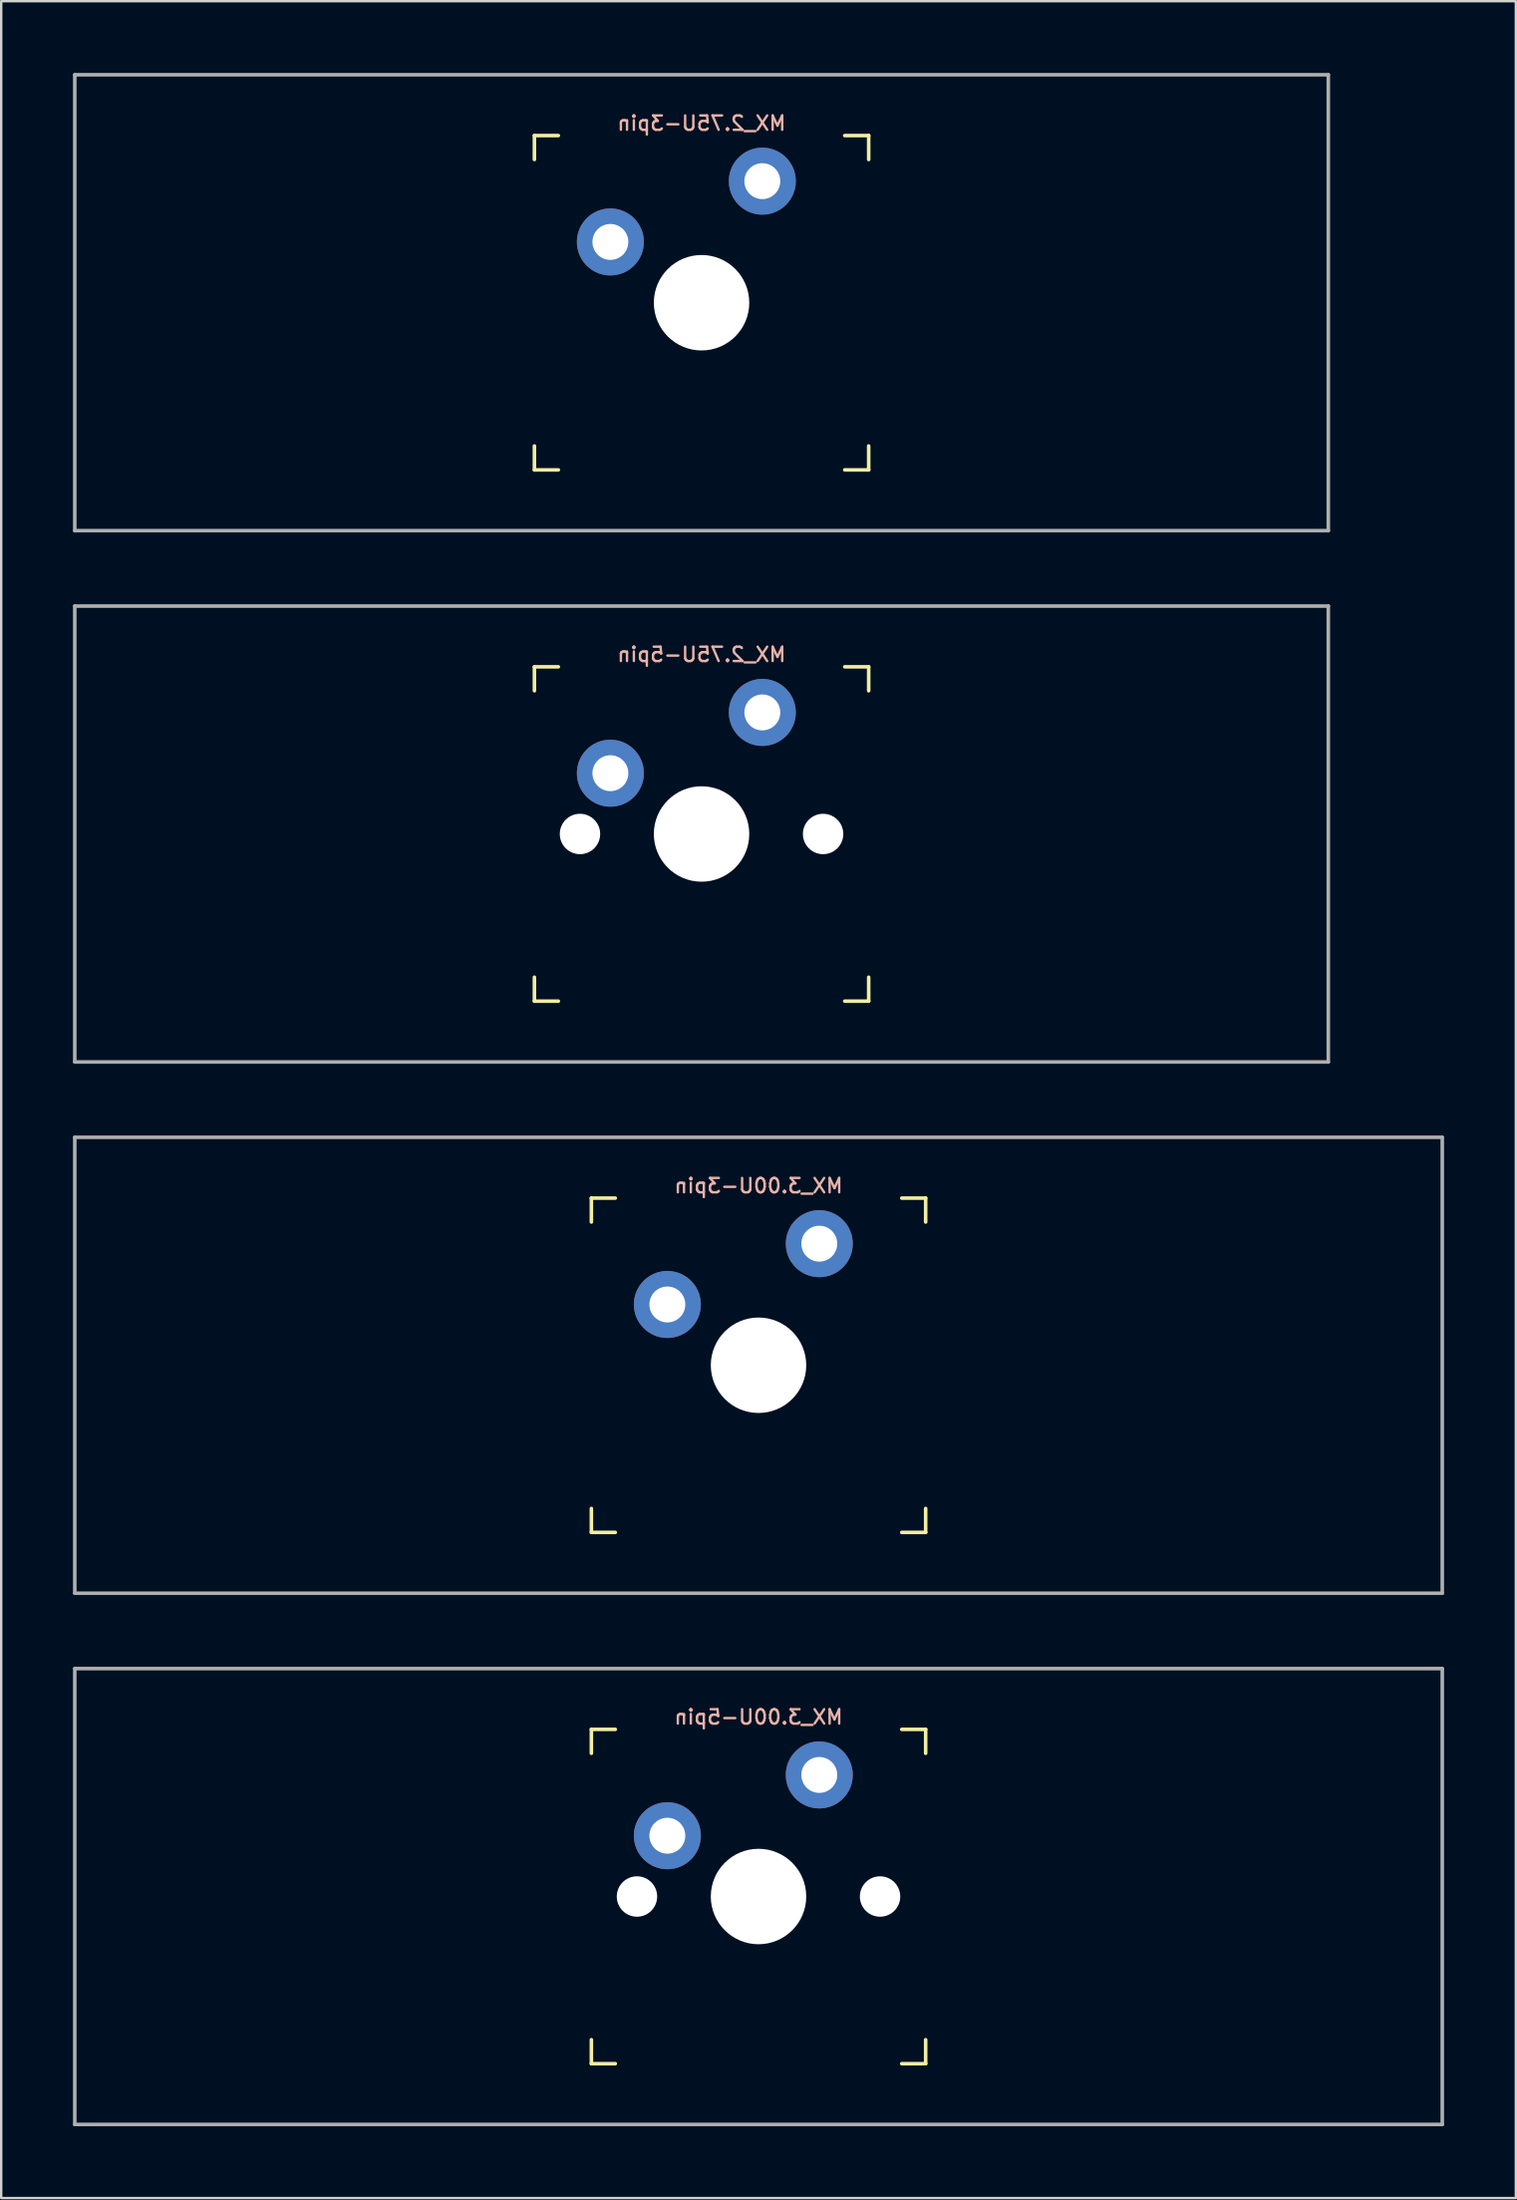
<source format=kicad_pcb>
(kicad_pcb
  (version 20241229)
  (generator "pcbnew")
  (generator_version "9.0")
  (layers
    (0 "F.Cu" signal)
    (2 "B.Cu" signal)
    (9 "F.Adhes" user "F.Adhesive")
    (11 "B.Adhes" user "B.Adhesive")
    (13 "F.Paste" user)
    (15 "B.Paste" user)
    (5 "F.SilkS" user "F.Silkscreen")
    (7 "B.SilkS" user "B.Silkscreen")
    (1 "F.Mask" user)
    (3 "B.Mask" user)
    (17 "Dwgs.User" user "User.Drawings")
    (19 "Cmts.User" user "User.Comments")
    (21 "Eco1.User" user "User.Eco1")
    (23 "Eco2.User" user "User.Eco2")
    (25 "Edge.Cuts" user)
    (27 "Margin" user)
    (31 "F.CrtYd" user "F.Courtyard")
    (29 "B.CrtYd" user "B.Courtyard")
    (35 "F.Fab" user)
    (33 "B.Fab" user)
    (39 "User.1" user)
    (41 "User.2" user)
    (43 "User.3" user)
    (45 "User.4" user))
  (footprint "MX_3.00U-5pin"
    (layer "F.Cu")
    (at 28.65 76.2)
    (property "Reference" "MX_3.00U-5pin" (at 0 -7.5 0) (layer "B.SilkS") (effects (font (size 0.6 0.6) (thickness 0.1)) (justify mirror)))
    (attr smd)
    (fp_line (start -6.985 -5.985) (end -6.985 -6.985) (stroke (width 0.15) (type solid)) (layer "F.SilkS"))
    (fp_line (start -6.985 6.985) (end -6.985 5.985) (stroke (width 0.15) (type solid)) (layer "F.SilkS"))
    (fp_line (start -6.985 6.985) (end -5.985 6.985) (stroke (width 0.15) (type solid)) (layer "F.SilkS"))
    (fp_line (start -5.985 -6.985) (end -6.985 -6.985) (stroke (width 0.15) (type solid)) (layer "F.SilkS"))
    (fp_line (start 5.985 6.985) (end 6.985 6.985) (stroke (width 0.15) (type solid)) (layer "F.SilkS"))
    (fp_line (start 6.985 -6.985) (end 5.985 -6.985) (stroke (width 0.15) (type solid)) (layer "F.SilkS"))
    (fp_line (start 6.985 -6.985) (end 6.985 -5.985) (stroke (width 0.15) (type solid)) (layer "F.SilkS"))
    (fp_line (start 6.985 5.985) (end 6.985 6.985) (stroke (width 0.15) (type solid)) (layer "F.SilkS"))
    (fp_line (start -6.985 6.985) (end -6.985 -6.985) (stroke (width 0.15) (type solid)) (layer "Eco2.User"))
    (fp_line (start -6.985 6.985) (end 6.985 6.985) (stroke (width 0.15) (type solid)) (layer "Eco2.User"))
    (fp_line (start 6.985 -6.985) (end -6.985 -6.985) (stroke (width 0.15) (type solid)) (layer "Eco2.User"))
    (fp_line (start 6.985 -6.985) (end 6.985 6.985) (stroke (width 0.15) (type solid)) (layer "Eco2.User"))
    (fp_line (start -28.575 -9.525) (end 28.575 -9.525) (stroke (width 0.15) (type solid)) (layer "F.Fab"))
    (fp_line (start -28.575 9.525) (end -28.575 -9.525) (stroke (width 0.15) (type solid)) (layer "F.Fab"))
    (fp_line (start 28.575 -9.525) (end 28.575 9.525) (stroke (width 0.15) (type solid)) (layer "F.Fab"))
    (fp_line (start 28.575 9.525) (end -28.575 9.525) (stroke (width 0.15) (type solid)) (layer "F.Fab"))
    (pad "" np_thru_hole circle (at -5.08 0) (size 1.688 1.688) (drill 1.688) (layers "*.Cu" "*.Mask"))
    (pad "" np_thru_hole circle (at 0 0) (size 3.988 3.988) (drill 3.988) (layers "*.Cu" "*.Mask"))
    (pad "" np_thru_hole circle (at 5.08 0) (size 1.688 1.688) (drill 1.688) (layers "*.Cu" "*.Mask"))
    (pad "1" thru_hole circle (at 2.54 -5.08 90) (size 2.8 2.8) (drill 1.5) (layers "*.Cu" "*.Mask"))
    (pad "2" thru_hole circle (at -3.81 -2.54) (size 2.8 2.8) (drill 1.5) (layers "*.Cu" "*.Mask")))
  (footprint "MX_2.75U-5pin"
    (layer "F.Cu")
    (at 26.269 31.8)
    (property "Reference" "MX_2.75U-5pin" (at 0 -7.5 0) (layer "B.SilkS") (effects (font (size 0.6 0.6) (thickness 0.1)) (justify mirror)))
    (attr smd)
    (fp_line (start -6.985 -5.985) (end -6.985 -6.985) (stroke (width 0.15) (type solid)) (layer "F.SilkS"))
    (fp_line (start -6.985 6.985) (end -6.985 5.985) (stroke (width 0.15) (type solid)) (layer "F.SilkS"))
    (fp_line (start -6.985 6.985) (end -5.985 6.985) (stroke (width 0.15) (type solid)) (layer "F.SilkS"))
    (fp_line (start -5.985 -6.985) (end -6.985 -6.985) (stroke (width 0.15) (type solid)) (layer "F.SilkS"))
    (fp_line (start 5.985 6.985) (end 6.985 6.985) (stroke (width 0.15) (type solid)) (layer "F.SilkS"))
    (fp_line (start 6.985 -6.985) (end 5.985 -6.985) (stroke (width 0.15) (type solid)) (layer "F.SilkS"))
    (fp_line (start 6.985 -6.985) (end 6.985 -5.985) (stroke (width 0.15) (type solid)) (layer "F.SilkS"))
    (fp_line (start 6.985 5.985) (end 6.985 6.985) (stroke (width 0.15) (type solid)) (layer "F.SilkS"))
    (fp_line (start -6.985 6.985) (end -6.985 -6.985) (stroke (width 0.15) (type solid)) (layer "Eco2.User"))
    (fp_line (start -6.985 6.985) (end 6.985 6.985) (stroke (width 0.15) (type solid)) (layer "Eco2.User"))
    (fp_line (start 6.985 -6.985) (end -6.985 -6.985) (stroke (width 0.15) (type solid)) (layer "Eco2.User"))
    (fp_line (start 6.985 -6.985) (end 6.985 6.985) (stroke (width 0.15) (type solid)) (layer "Eco2.User"))
    (fp_line (start -26.194 -9.525) (end 26.194 -9.525) (stroke (width 0.15) (type solid)) (layer "F.Fab"))
    (fp_line (start -26.194 9.525) (end -26.194 -9.525) (stroke (width 0.15) (type solid)) (layer "F.Fab"))
    (fp_line (start 26.194 -9.525) (end 26.194 9.525) (stroke (width 0.15) (type solid)) (layer "F.Fab"))
    (fp_line (start 26.194 9.525) (end -26.194 9.525) (stroke (width 0.15) (type solid)) (layer "F.Fab"))
    (pad "" np_thru_hole circle (at -5.08 0) (size 1.688 1.688) (drill 1.688) (layers "*.Cu" "*.Mask"))
    (pad "" np_thru_hole circle (at 0 0) (size 3.988 3.988) (drill 3.988) (layers "*.Cu" "*.Mask"))
    (pad "" np_thru_hole circle (at 5.08 0) (size 1.688 1.688) (drill 1.688) (layers "*.Cu" "*.Mask"))
    (pad "1" thru_hole circle (at 2.54 -5.08 90) (size 2.8 2.8) (drill 1.5) (layers "*.Cu" "*.Mask"))
    (pad "2" thru_hole circle (at -3.81 -2.54) (size 2.8 2.8) (drill 1.5) (layers "*.Cu" "*.Mask")))
  (footprint "MX_3.00U-3pin"
    (layer "F.Cu")
    (at 28.65 54)
    (property "Reference" "MX_3.00U-3pin" (at 0 -7.5 0) (layer "B.SilkS") (effects (font (size 0.6 0.6) (thickness 0.1)) (justify mirror)))
    (attr smd)
    (fp_line (start -6.985 -5.985) (end -6.985 -6.985) (stroke (width 0.15) (type solid)) (layer "F.SilkS"))
    (fp_line (start -6.985 6.985) (end -6.985 5.985) (stroke (width 0.15) (type solid)) (layer "F.SilkS"))
    (fp_line (start -6.985 6.985) (end -5.985 6.985) (stroke (width 0.15) (type solid)) (layer "F.SilkS"))
    (fp_line (start -5.985 -6.985) (end -6.985 -6.985) (stroke (width 0.15) (type solid)) (layer "F.SilkS"))
    (fp_line (start 5.985 6.985) (end 6.985 6.985) (stroke (width 0.15) (type solid)) (layer "F.SilkS"))
    (fp_line (start 6.985 -6.985) (end 5.985 -6.985) (stroke (width 0.15) (type solid)) (layer "F.SilkS"))
    (fp_line (start 6.985 -6.985) (end 6.985 -5.985) (stroke (width 0.15) (type solid)) (layer "F.SilkS"))
    (fp_line (start 6.985 5.985) (end 6.985 6.985) (stroke (width 0.15) (type solid)) (layer "F.SilkS"))
    (fp_line (start -6.985 6.985) (end -6.985 -6.985) (stroke (width 0.15) (type solid)) (layer "Eco2.User"))
    (fp_line (start -6.985 6.985) (end 6.985 6.985) (stroke (width 0.15) (type solid)) (layer "Eco2.User"))
    (fp_line (start 6.985 -6.985) (end -6.985 -6.985) (stroke (width 0.15) (type solid)) (layer "Eco2.User"))
    (fp_line (start 6.985 -6.985) (end 6.985 6.985) (stroke (width 0.15) (type solid)) (layer "Eco2.User"))
    (fp_line (start -28.575 -9.525) (end 28.575 -9.525) (stroke (width 0.15) (type solid)) (layer "F.Fab"))
    (fp_line (start -28.575 9.525) (end -28.575 -9.525) (stroke (width 0.15) (type solid)) (layer "F.Fab"))
    (fp_line (start 28.575 -9.525) (end 28.575 9.525) (stroke (width 0.15) (type solid)) (layer "F.Fab"))
    (fp_line (start 28.575 9.525) (end -28.575 9.525) (stroke (width 0.15) (type solid)) (layer "F.Fab"))
    (pad "" np_thru_hole circle (at 0 0) (size 3.988 3.988) (drill 3.988) (layers "*.Cu" "*.Mask"))
    (pad "1" thru_hole circle (at 2.54 -5.08 90) (size 2.8 2.8) (drill 1.5) (layers "*.Cu" "*.Mask"))
    (pad "2" thru_hole circle (at -3.81 -2.54) (size 2.8 2.8) (drill 1.5) (layers "*.Cu" "*.Mask")))
  (footprint "MX_2.75U-3pin"
    (layer "F.Cu")
    (at 26.269 9.6)
    (property "Reference" "MX_2.75U-3pin" (at 0 -7.5 0) (layer "B.SilkS") (effects (font (size 0.6 0.6) (thickness 0.1)) (justify mirror)))
    (attr smd)
    (fp_line (start -6.985 -5.985) (end -6.985 -6.985) (stroke (width 0.15) (type solid)) (layer "F.SilkS"))
    (fp_line (start -6.985 6.985) (end -6.985 5.985) (stroke (width 0.15) (type solid)) (layer "F.SilkS"))
    (fp_line (start -6.985 6.985) (end -5.985 6.985) (stroke (width 0.15) (type solid)) (layer "F.SilkS"))
    (fp_line (start -5.985 -6.985) (end -6.985 -6.985) (stroke (width 0.15) (type solid)) (layer "F.SilkS"))
    (fp_line (start 5.985 6.985) (end 6.985 6.985) (stroke (width 0.15) (type solid)) (layer "F.SilkS"))
    (fp_line (start 6.985 -6.985) (end 5.985 -6.985) (stroke (width 0.15) (type solid)) (layer "F.SilkS"))
    (fp_line (start 6.985 -6.985) (end 6.985 -5.985) (stroke (width 0.15) (type solid)) (layer "F.SilkS"))
    (fp_line (start 6.985 5.985) (end 6.985 6.985) (stroke (width 0.15) (type solid)) (layer "F.SilkS"))
    (fp_line (start -6.985 6.985) (end -6.985 -6.985) (stroke (width 0.15) (type solid)) (layer "Eco2.User"))
    (fp_line (start -6.985 6.985) (end 6.985 6.985) (stroke (width 0.15) (type solid)) (layer "Eco2.User"))
    (fp_line (start 6.985 -6.985) (end -6.985 -6.985) (stroke (width 0.15) (type solid)) (layer "Eco2.User"))
    (fp_line (start 6.985 -6.985) (end 6.985 6.985) (stroke (width 0.15) (type solid)) (layer "Eco2.User"))
    (fp_line (start -26.194 -9.525) (end 26.194 -9.525) (stroke (width 0.15) (type solid)) (layer "F.Fab"))
    (fp_line (start -26.194 9.525) (end -26.194 -9.525) (stroke (width 0.15) (type solid)) (layer "F.Fab"))
    (fp_line (start 26.194 -9.525) (end 26.194 9.525) (stroke (width 0.15) (type solid)) (layer "F.Fab"))
    (fp_line (start 26.194 9.525) (end -26.194 9.525) (stroke (width 0.15) (type solid)) (layer "F.Fab"))
    (pad "" np_thru_hole circle (at 0 0) (size 3.988 3.988) (drill 3.988) (layers "*.Cu" "*.Mask"))
    (pad "1" thru_hole circle (at 2.54 -5.08 90) (size 2.8 2.8) (drill 1.5) (layers "*.Cu" "*.Mask"))
    (pad "2" thru_hole circle (at -3.81 -2.54) (size 2.8 2.8) (drill 1.5) (layers "*.Cu" "*.Mask")))
  (gr_rect
    (start -3 -3)
    (end 60.3 88.8)
    (stroke (width 0.1) (type default))
    (fill no)
    (layer "Edge.Cuts")))
</source>
